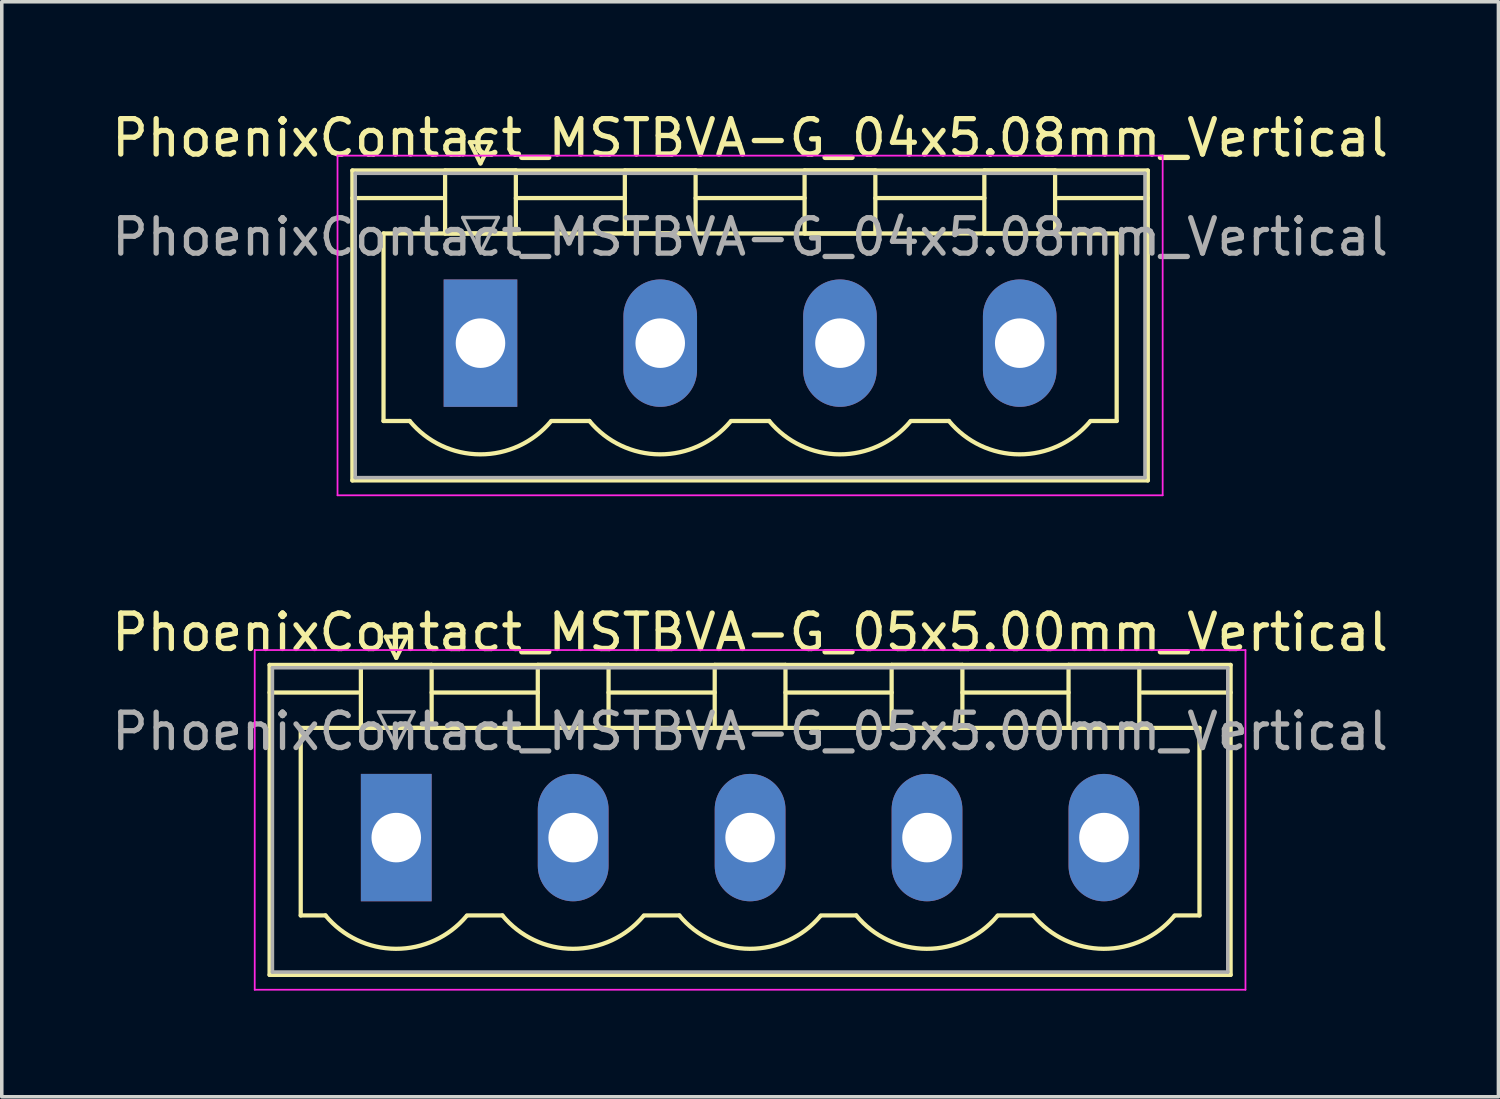
<source format=kicad_pcb>
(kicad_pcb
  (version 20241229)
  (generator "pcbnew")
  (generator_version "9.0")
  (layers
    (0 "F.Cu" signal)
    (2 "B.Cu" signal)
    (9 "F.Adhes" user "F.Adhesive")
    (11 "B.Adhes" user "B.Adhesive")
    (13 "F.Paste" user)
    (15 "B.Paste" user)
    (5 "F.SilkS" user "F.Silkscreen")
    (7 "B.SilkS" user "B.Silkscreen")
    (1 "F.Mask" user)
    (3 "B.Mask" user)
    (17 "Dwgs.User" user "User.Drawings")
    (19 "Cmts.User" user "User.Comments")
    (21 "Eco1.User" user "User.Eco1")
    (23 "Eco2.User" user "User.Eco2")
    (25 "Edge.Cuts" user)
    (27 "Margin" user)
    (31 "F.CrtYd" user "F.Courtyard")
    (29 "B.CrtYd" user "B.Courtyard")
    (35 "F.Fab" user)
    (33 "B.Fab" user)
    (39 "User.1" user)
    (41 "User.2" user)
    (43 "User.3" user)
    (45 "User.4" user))
  (footprint "PhoenixContact_MSTBVA-G_04x5.08mm_Vertical"
    (layer "F.Cu")
    (at 10.529 6.648)
    (property "Reference" "PhoenixContact_MSTBVA-G_04x5.08mm_Vertical" (at 7.62 -5.8 0) (layer "F.SilkS") (effects (font (size 1 1) (thickness 0.15))))
    (attr through_hole)
    (fp_line (start -3.62 -4.88) (end -3.62 3.88) (stroke (width 0.12) (type solid)) (layer "F.SilkS"))
    (fp_line (start -3.62 -4.1) (end -1.08 -4.1) (stroke (width 0.12) (type solid)) (layer "F.SilkS"))
    (fp_line (start -3.62 3.88) (end 18.86 3.88) (stroke (width 0.12) (type solid)) (layer "F.SilkS"))
    (fp_line (start -2.74 -3.1) (end 17.98 -3.1) (stroke (width 0.12) (type solid)) (layer "F.SilkS"))
    (fp_line (start -2.74 2.2) (end -2.74 -3.1) (stroke (width 0.12) (type solid)) (layer "F.SilkS"))
    (fp_line (start -2 2.2) (end -2.74 2.2) (stroke (width 0.12) (type solid)) (layer "F.SilkS"))
    (fp_line (start -1 -4.88) (end 1 -4.88) (stroke (width 0.12) (type solid)) (layer "F.SilkS"))
    (fp_line (start -1 -3.1) (end -1 -4.88) (stroke (width 0.12) (type solid)) (layer "F.SilkS"))
    (fp_line (start -0.3 -5.68) (end 0.3 -5.68) (stroke (width 0.12) (type solid)) (layer "F.SilkS"))
    (fp_line (start 0 -5.08) (end -0.3 -5.68) (stroke (width 0.12) (type solid)) (layer "F.SilkS"))
    (fp_line (start 0.3 -5.68) (end 0 -5.08) (stroke (width 0.12) (type solid)) (layer "F.SilkS"))
    (fp_line (start 1 -4.88) (end 1 -3.1) (stroke (width 0.12) (type solid)) (layer "F.SilkS"))
    (fp_line (start 1 -4.1) (end 4.08 -4.1) (stroke (width 0.12) (type solid)) (layer "F.SilkS"))
    (fp_line (start 1 -3.1) (end -1 -3.1) (stroke (width 0.12) (type solid)) (layer "F.SilkS"))
    (fp_line (start 2 2.2) (end 3.08 2.2) (stroke (width 0.12) (type solid)) (layer "F.SilkS"))
    (fp_line (start 4.08 -4.88) (end 6.08 -4.88) (stroke (width 0.12) (type solid)) (layer "F.SilkS"))
    (fp_line (start 4.08 -3.1) (end 4.08 -4.88) (stroke (width 0.12) (type solid)) (layer "F.SilkS"))
    (fp_line (start 6.08 -4.88) (end 6.08 -3.1) (stroke (width 0.12) (type solid)) (layer "F.SilkS"))
    (fp_line (start 6.08 -4.1) (end 9.16 -4.1) (stroke (width 0.12) (type solid)) (layer "F.SilkS"))
    (fp_line (start 6.08 -3.1) (end 4.08 -3.1) (stroke (width 0.12) (type solid)) (layer "F.SilkS"))
    (fp_line (start 7.08 2.2) (end 8.16 2.2) (stroke (width 0.12) (type solid)) (layer "F.SilkS"))
    (fp_line (start 9.16 -4.88) (end 11.16 -4.88) (stroke (width 0.12) (type solid)) (layer "F.SilkS"))
    (fp_line (start 9.16 -3.1) (end 9.16 -4.88) (stroke (width 0.12) (type solid)) (layer "F.SilkS"))
    (fp_line (start 11.16 -4.88) (end 11.16 -3.1) (stroke (width 0.12) (type solid)) (layer "F.SilkS"))
    (fp_line (start 11.16 -4.1) (end 14.24 -4.1) (stroke (width 0.12) (type solid)) (layer "F.SilkS"))
    (fp_line (start 11.16 -3.1) (end 9.16 -3.1) (stroke (width 0.12) (type solid)) (layer "F.SilkS"))
    (fp_line (start 12.16 2.2) (end 13.24 2.2) (stroke (width 0.12) (type solid)) (layer "F.SilkS"))
    (fp_line (start 14.24 -4.88) (end 16.24 -4.88) (stroke (width 0.12) (type solid)) (layer "F.SilkS"))
    (fp_line (start 14.24 -3.1) (end 14.24 -4.88) (stroke (width 0.12) (type solid)) (layer "F.SilkS"))
    (fp_line (start 16.24 -4.88) (end 16.24 -3.1) (stroke (width 0.12) (type solid)) (layer "F.SilkS"))
    (fp_line (start 16.24 -3.1) (end 14.24 -3.1) (stroke (width 0.12) (type solid)) (layer "F.SilkS"))
    (fp_line (start 17.98 -3.1) (end 17.98 2.2) (stroke (width 0.12) (type solid)) (layer "F.SilkS"))
    (fp_line (start 17.98 2.2) (end 17.24 2.2) (stroke (width 0.12) (type solid)) (layer "F.SilkS"))
    (fp_line (start 18.86 -4.88) (end -3.62 -4.88) (stroke (width 0.12) (type solid)) (layer "F.SilkS"))
    (fp_line (start 18.86 -4.1) (end 16.32 -4.1) (stroke (width 0.12) (type solid)) (layer "F.SilkS"))
    (fp_line (start 18.86 3.88) (end 18.86 -4.88) (stroke (width 0.12) (type solid)) (layer "F.SilkS"))
    (fp_arc (start 1.986842 2.215821) (mid -0.010289 3.142758) (end -2 2.2) (stroke (width 0.12) (type solid)) (layer "F.SilkS"))
    (fp_arc (start 7.066842 2.215821) (mid 5.069711 3.142758) (end 3.08 2.2) (stroke (width 0.12) (type solid)) (layer "F.SilkS"))
    (fp_arc (start 12.146842 2.215821) (mid 10.149711 3.142758) (end 8.16 2.2) (stroke (width 0.12) (type solid)) (layer "F.SilkS"))
    (fp_arc (start 17.226842 2.215821) (mid 15.229711 3.142758) (end 13.24 2.2) (stroke (width 0.12) (type solid)) (layer "F.SilkS"))
    (fp_line (start -4.04 -5.3) (end -4.04 4.3) (stroke (width 0.05) (type solid)) (layer "F.CrtYd"))
    (fp_line (start -4.04 4.3) (end 19.28 4.3) (stroke (width 0.05) (type solid)) (layer "F.CrtYd"))
    (fp_line (start 19.28 -5.3) (end -4.04 -5.3) (stroke (width 0.05) (type solid)) (layer "F.CrtYd"))
    (fp_line (start 19.28 4.3) (end 19.28 -5.3) (stroke (width 0.05) (type solid)) (layer "F.CrtYd"))
    (fp_line (start -3.54 -4.8) (end -3.54 3.8) (stroke (width 0.1) (type solid)) (layer "F.Fab"))
    (fp_line (start -3.54 3.8) (end 18.78 3.8) (stroke (width 0.1) (type solid)) (layer "F.Fab"))
    (fp_line (start -0.5 -3.55) (end 0.5 -3.55) (stroke (width 0.1) (type solid)) (layer "F.Fab"))
    (fp_line (start 0 -2.55) (end -0.5 -3.55) (stroke (width 0.1) (type solid)) (layer "F.Fab"))
    (fp_line (start 0.5 -3.55) (end 0 -2.55) (stroke (width 0.1) (type solid)) (layer "F.Fab"))
    (fp_line (start 18.78 -4.8) (end -3.54 -4.8) (stroke (width 0.1) (type solid)) (layer "F.Fab"))
    (fp_line (start 18.78 3.8) (end 18.78 -4.8) (stroke (width 0.1) (type solid)) (layer "F.Fab"))
    (fp_text user "${REFERENCE}" (at 7.62 -3 0) (layer "F.Fab") (effects (font (size 1 1) (thickness 0.15))))
    (pad "1" thru_hole rect (at 0 0) (size 2.08 3.6) (drill 1.4) (layers "*.Cu" "*.Mask"))
    (pad "2" thru_hole oval (at 5.08 0) (size 2.08 3.6) (drill 1.4) (layers "*.Cu" "*.Mask"))
    (pad "3" thru_hole oval (at 10.16 0) (size 2.08 3.6) (drill 1.4) (layers "*.Cu" "*.Mask"))
    (pad "4" thru_hole oval (at 15.24 0) (size 2.08 3.6) (drill 1.4) (layers "*.Cu" "*.Mask")))
  (footprint "PhoenixContact_MSTBVA-G_05x5.00mm_Vertical"
    (layer "F.Cu")
    (at 8.149 20.622)
    (property "Reference" "PhoenixContact_MSTBVA-G_05x5.00mm_Vertical" (at 10 -5.8 0) (layer "F.SilkS") (effects (font (size 1 1) (thickness 0.15))))
    (attr through_hole)
    (fp_line (start -3.58 -4.88) (end -3.58 3.88) (stroke (width 0.12) (type solid)) (layer "F.SilkS"))
    (fp_line (start -3.58 -4.1) (end -1.08 -4.1) (stroke (width 0.12) (type solid)) (layer "F.SilkS"))
    (fp_line (start -3.58 3.88) (end 23.58 3.88) (stroke (width 0.12) (type solid)) (layer "F.SilkS"))
    (fp_line (start -2.7 -3.1) (end 22.7 -3.1) (stroke (width 0.12) (type solid)) (layer "F.SilkS"))
    (fp_line (start -2.7 2.2) (end -2.7 -3.1) (stroke (width 0.12) (type solid)) (layer "F.SilkS"))
    (fp_line (start -2 2.2) (end -2.7 2.2) (stroke (width 0.12) (type solid)) (layer "F.SilkS"))
    (fp_line (start -1 -4.88) (end 1 -4.88) (stroke (width 0.12) (type solid)) (layer "F.SilkS"))
    (fp_line (start -1 -3.1) (end -1 -4.88) (stroke (width 0.12) (type solid)) (layer "F.SilkS"))
    (fp_line (start -0.3 -5.68) (end 0.3 -5.68) (stroke (width 0.12) (type solid)) (layer "F.SilkS"))
    (fp_line (start 0 -5.08) (end -0.3 -5.68) (stroke (width 0.12) (type solid)) (layer "F.SilkS"))
    (fp_line (start 0.3 -5.68) (end 0 -5.08) (stroke (width 0.12) (type solid)) (layer "F.SilkS"))
    (fp_line (start 1 -4.88) (end 1 -3.1) (stroke (width 0.12) (type solid)) (layer "F.SilkS"))
    (fp_line (start 1 -4.1) (end 4 -4.1) (stroke (width 0.12) (type solid)) (layer "F.SilkS"))
    (fp_line (start 1 -3.1) (end -1 -3.1) (stroke (width 0.12) (type solid)) (layer "F.SilkS"))
    (fp_line (start 2 2.2) (end 3 2.2) (stroke (width 0.12) (type solid)) (layer "F.SilkS"))
    (fp_line (start 4 -4.88) (end 6 -4.88) (stroke (width 0.12) (type solid)) (layer "F.SilkS"))
    (fp_line (start 4 -3.1) (end 4 -4.88) (stroke (width 0.12) (type solid)) (layer "F.SilkS"))
    (fp_line (start 6 -4.88) (end 6 -3.1) (stroke (width 0.12) (type solid)) (layer "F.SilkS"))
    (fp_line (start 6 -4.1) (end 9 -4.1) (stroke (width 0.12) (type solid)) (layer "F.SilkS"))
    (fp_line (start 6 -3.1) (end 4 -3.1) (stroke (width 0.12) (type solid)) (layer "F.SilkS"))
    (fp_line (start 7 2.2) (end 8 2.2) (stroke (width 0.12) (type solid)) (layer "F.SilkS"))
    (fp_line (start 9 -4.88) (end 11 -4.88) (stroke (width 0.12) (type solid)) (layer "F.SilkS"))
    (fp_line (start 9 -3.1) (end 9 -4.88) (stroke (width 0.12) (type solid)) (layer "F.SilkS"))
    (fp_line (start 11 -4.88) (end 11 -3.1) (stroke (width 0.12) (type solid)) (layer "F.SilkS"))
    (fp_line (start 11 -4.1) (end 14 -4.1) (stroke (width 0.12) (type solid)) (layer "F.SilkS"))
    (fp_line (start 11 -3.1) (end 9 -3.1) (stroke (width 0.12) (type solid)) (layer "F.SilkS"))
    (fp_line (start 12 2.2) (end 13 2.2) (stroke (width 0.12) (type solid)) (layer "F.SilkS"))
    (fp_line (start 14 -4.88) (end 16 -4.88) (stroke (width 0.12) (type solid)) (layer "F.SilkS"))
    (fp_line (start 14 -3.1) (end 14 -4.88) (stroke (width 0.12) (type solid)) (layer "F.SilkS"))
    (fp_line (start 16 -4.88) (end 16 -3.1) (stroke (width 0.12) (type solid)) (layer "F.SilkS"))
    (fp_line (start 16 -4.1) (end 19 -4.1) (stroke (width 0.12) (type solid)) (layer "F.SilkS"))
    (fp_line (start 16 -3.1) (end 14 -3.1) (stroke (width 0.12) (type solid)) (layer "F.SilkS"))
    (fp_line (start 17 2.2) (end 18 2.2) (stroke (width 0.12) (type solid)) (layer "F.SilkS"))
    (fp_line (start 19 -4.88) (end 21 -4.88) (stroke (width 0.12) (type solid)) (layer "F.SilkS"))
    (fp_line (start 19 -3.1) (end 19 -4.88) (stroke (width 0.12) (type solid)) (layer "F.SilkS"))
    (fp_line (start 21 -4.88) (end 21 -3.1) (stroke (width 0.12) (type solid)) (layer "F.SilkS"))
    (fp_line (start 21 -3.1) (end 19 -3.1) (stroke (width 0.12) (type solid)) (layer "F.SilkS"))
    (fp_line (start 22.7 -3.1) (end 22.7 2.2) (stroke (width 0.12) (type solid)) (layer "F.SilkS"))
    (fp_line (start 22.7 2.2) (end 22 2.2) (stroke (width 0.12) (type solid)) (layer "F.SilkS"))
    (fp_line (start 23.58 -4.88) (end -3.58 -4.88) (stroke (width 0.12) (type solid)) (layer "F.SilkS"))
    (fp_line (start 23.58 -4.1) (end 21.08 -4.1) (stroke (width 0.12) (type solid)) (layer "F.SilkS"))
    (fp_line (start 23.58 3.88) (end 23.58 -4.88) (stroke (width 0.12) (type solid)) (layer "F.SilkS"))
    (fp_arc (start 1.986842 2.215821) (mid -0.010289 3.142758) (end -2 2.2) (stroke (width 0.12) (type solid)) (layer "F.SilkS"))
    (fp_arc (start 6.986842 2.215821) (mid 4.989711 3.142758) (end 3 2.2) (stroke (width 0.12) (type solid)) (layer "F.SilkS"))
    (fp_arc (start 11.986842 2.215821) (mid 9.989711 3.142758) (end 8 2.2) (stroke (width 0.12) (type solid)) (layer "F.SilkS"))
    (fp_arc (start 16.986842 2.215821) (mid 14.989711 3.142758) (end 13 2.2) (stroke (width 0.12) (type solid)) (layer "F.SilkS"))
    (fp_arc (start 21.986842 2.215821) (mid 19.989711 3.142758) (end 18 2.2) (stroke (width 0.12) (type solid)) (layer "F.SilkS"))
    (fp_line (start -4 -5.3) (end -4 4.3) (stroke (width 0.05) (type solid)) (layer "F.CrtYd"))
    (fp_line (start -4 4.3) (end 24 4.3) (stroke (width 0.05) (type solid)) (layer "F.CrtYd"))
    (fp_line (start 24 -5.3) (end -4 -5.3) (stroke (width 0.05) (type solid)) (layer "F.CrtYd"))
    (fp_line (start 24 4.3) (end 24 -5.3) (stroke (width 0.05) (type solid)) (layer "F.CrtYd"))
    (fp_line (start -3.5 -4.8) (end -3.5 3.8) (stroke (width 0.1) (type solid)) (layer "F.Fab"))
    (fp_line (start -3.5 3.8) (end 23.5 3.8) (stroke (width 0.1) (type solid)) (layer "F.Fab"))
    (fp_line (start -0.5 -3.55) (end 0.5 -3.55) (stroke (width 0.1) (type solid)) (layer "F.Fab"))
    (fp_line (start 0 -2.55) (end -0.5 -3.55) (stroke (width 0.1) (type solid)) (layer "F.Fab"))
    (fp_line (start 0.5 -3.55) (end 0 -2.55) (stroke (width 0.1) (type solid)) (layer "F.Fab"))
    (fp_line (start 23.5 -4.8) (end -3.5 -4.8) (stroke (width 0.1) (type solid)) (layer "F.Fab"))
    (fp_line (start 23.5 3.8) (end 23.5 -4.8) (stroke (width 0.1) (type solid)) (layer "F.Fab"))
    (fp_text user "${REFERENCE}" (at 10 -3 0) (layer "F.Fab") (effects (font (size 1 1) (thickness 0.15))))
    (pad "1" thru_hole rect (at 0 0) (size 2 3.6) (drill 1.4) (layers "*.Cu" "*.Mask"))
    (pad "2" thru_hole oval (at 5 0) (size 2 3.6) (drill 1.4) (layers "*.Cu" "*.Mask"))
    (pad "3" thru_hole oval (at 10 0) (size 2 3.6) (drill 1.4) (layers "*.Cu" "*.Mask"))
    (pad "4" thru_hole oval (at 15 0) (size 2 3.6) (drill 1.4) (layers "*.Cu" "*.Mask"))
    (pad "5" thru_hole oval (at 20 0) (size 2 3.6) (drill 1.4) (layers "*.Cu" "*.Mask")))
  (gr_rect
    (start -3 -3)
    (end 39.298 27.947)
    (stroke (width 0.1) (type default))
    (fill no)
    (layer "Edge.Cuts")))
</source>
